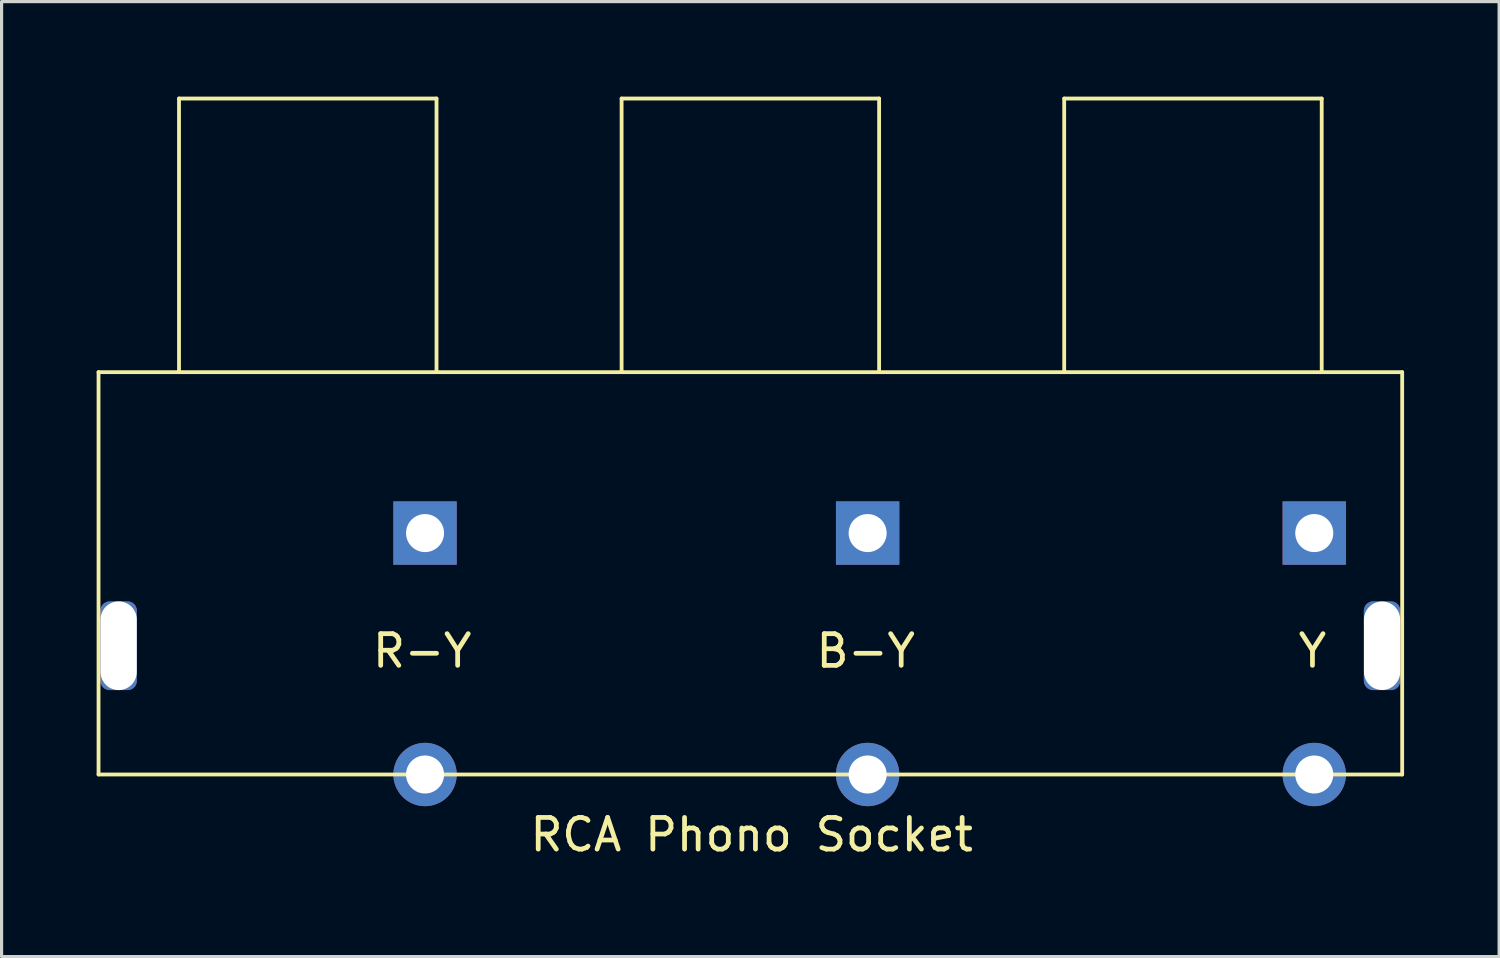
<source format=kicad_pcb>
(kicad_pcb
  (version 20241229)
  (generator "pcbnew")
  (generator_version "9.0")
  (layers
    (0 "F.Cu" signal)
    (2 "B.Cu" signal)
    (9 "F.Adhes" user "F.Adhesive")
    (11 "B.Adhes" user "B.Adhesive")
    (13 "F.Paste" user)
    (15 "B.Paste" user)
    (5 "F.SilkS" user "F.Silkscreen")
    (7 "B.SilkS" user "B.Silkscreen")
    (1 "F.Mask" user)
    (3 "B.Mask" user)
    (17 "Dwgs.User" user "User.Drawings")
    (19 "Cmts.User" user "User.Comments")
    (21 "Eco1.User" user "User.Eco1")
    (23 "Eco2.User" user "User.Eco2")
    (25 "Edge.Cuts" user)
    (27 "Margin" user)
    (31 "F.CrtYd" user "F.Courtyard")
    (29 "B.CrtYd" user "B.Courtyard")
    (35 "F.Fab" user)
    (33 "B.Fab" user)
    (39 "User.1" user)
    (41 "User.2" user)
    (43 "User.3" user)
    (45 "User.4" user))
  (footprint "RCA Phono Socket"
    (layer "F.Cu")
    (at 20.676 13.796)
    (property "Reference" "RCA Phono Socket" (at 0 9.5 180) (layer "F.SilkS") (effects (font (size 1 1) (thickness 0.15))))
    (attr through_hole)
    (fp_line (start -20.616 7.6) (end -20.616 -5.1) (stroke (width 0.12) (type solid)) (layer "F.SilkS"))
    (fp_line (start -18.076 -5.1) (end -18.076 -13.736) (stroke (width 0.12) (type solid)) (layer "F.SilkS"))
    (fp_line (start -9.948 -13.736) (end -18.076 -13.736) (stroke (width 0.12) (type solid)) (layer "F.SilkS"))
    (fp_line (start -9.948 -5.1) (end -9.948 -13.736) (stroke (width 0.12) (type solid)) (layer "F.SilkS"))
    (fp_line (start -4.106 -5.1) (end -4.106 -13.736) (stroke (width 0.12) (type solid)) (layer "F.SilkS"))
    (fp_line (start 4.022 -13.736) (end -4.106 -13.736) (stroke (width 0.12) (type solid)) (layer "F.SilkS"))
    (fp_line (start 4.022 -5.1) (end 4.022 -13.736) (stroke (width 0.12) (type solid)) (layer "F.SilkS"))
    (fp_line (start 9.864 -5.1) (end 9.864 -13.736) (stroke (width 0.12) (type solid)) (layer "F.SilkS"))
    (fp_line (start 17.992 -13.736) (end 9.864 -13.736) (stroke (width 0.12) (type solid)) (layer "F.SilkS"))
    (fp_line (start 17.992 -5.1) (end 17.992 -13.736) (stroke (width 0.12) (type solid)) (layer "F.SilkS"))
    (fp_line (start 20.532 -5.1) (end -20.616 -5.1) (stroke (width 0.12) (type solid)) (layer "F.SilkS"))
    (fp_line (start 20.532 7.6) (end -20.616 7.6) (stroke (width 0.12) (type solid)) (layer "F.SilkS"))
    (fp_line (start 20.532 7.6) (end 20.532 -5.1) (stroke (width 0.12) (type solid)) (layer "F.SilkS"))
    (fp_text user "R-Y" (at -10.4 3.7 0) (layer "F.SilkS") (effects (font (size 1 1) (thickness 0.15))))
    (fp_text user "B-Y" (at 3.6 3.7 0) (layer "F.SilkS") (effects (font (size 1 1) (thickness 0.15))))
    (fp_text user "Y" (at 17.7 3.7 0) (layer "F.SilkS") (effects (font (size 1 1) (thickness 0.15))))
    (pad "" np_thru_hole roundrect (at -19.981 3.536 90) (size 2.8 1.15) (drill oval 2.8 1.143) (layers "*.Cu" "*.Mask") (roundrect_rratio 0.25))
    (pad "" np_thru_hole roundrect (at 19.897 3.536 90) (size 2.8 1.15) (drill oval 2.794 1.143) (layers "*.Cu" "*.Mask") (roundrect_rratio 0.25))
    (pad "1" thru_hole circle (at 17.757 7.6 90) (size 2 2) (drill 1.2) (layers "*.Cu" "*.Mask"))
    (pad "2" thru_hole rect (at 17.757 -0.02 90) (size 2 2) (drill 1.2) (layers "*.Cu" "*.Mask"))
    (pad "3" thru_hole circle (at 3.66 7.6 90) (size 2 2) (drill 1.2) (layers "*.Cu" "*.Mask"))
    (pad "4" thru_hole rect (at 3.66 -0.02 90) (size 2 2) (drill 1.2) (layers "*.Cu" "*.Mask"))
    (pad "5" thru_hole circle (at -10.31 7.6 90) (size 2 2) (drill 1.2) (layers "*.Cu" "*.Mask"))
    (pad "6" thru_hole rect (at -10.31 -0.02 90) (size 2 2) (drill 1.2) (layers "*.Cu" "*.Mask")))
  (gr_rect
    (start -3 -3)
    (end 44.268 27.144)
    (stroke (width 0.1) (type default))
    (fill no)
    (layer "Edge.Cuts")))
</source>
